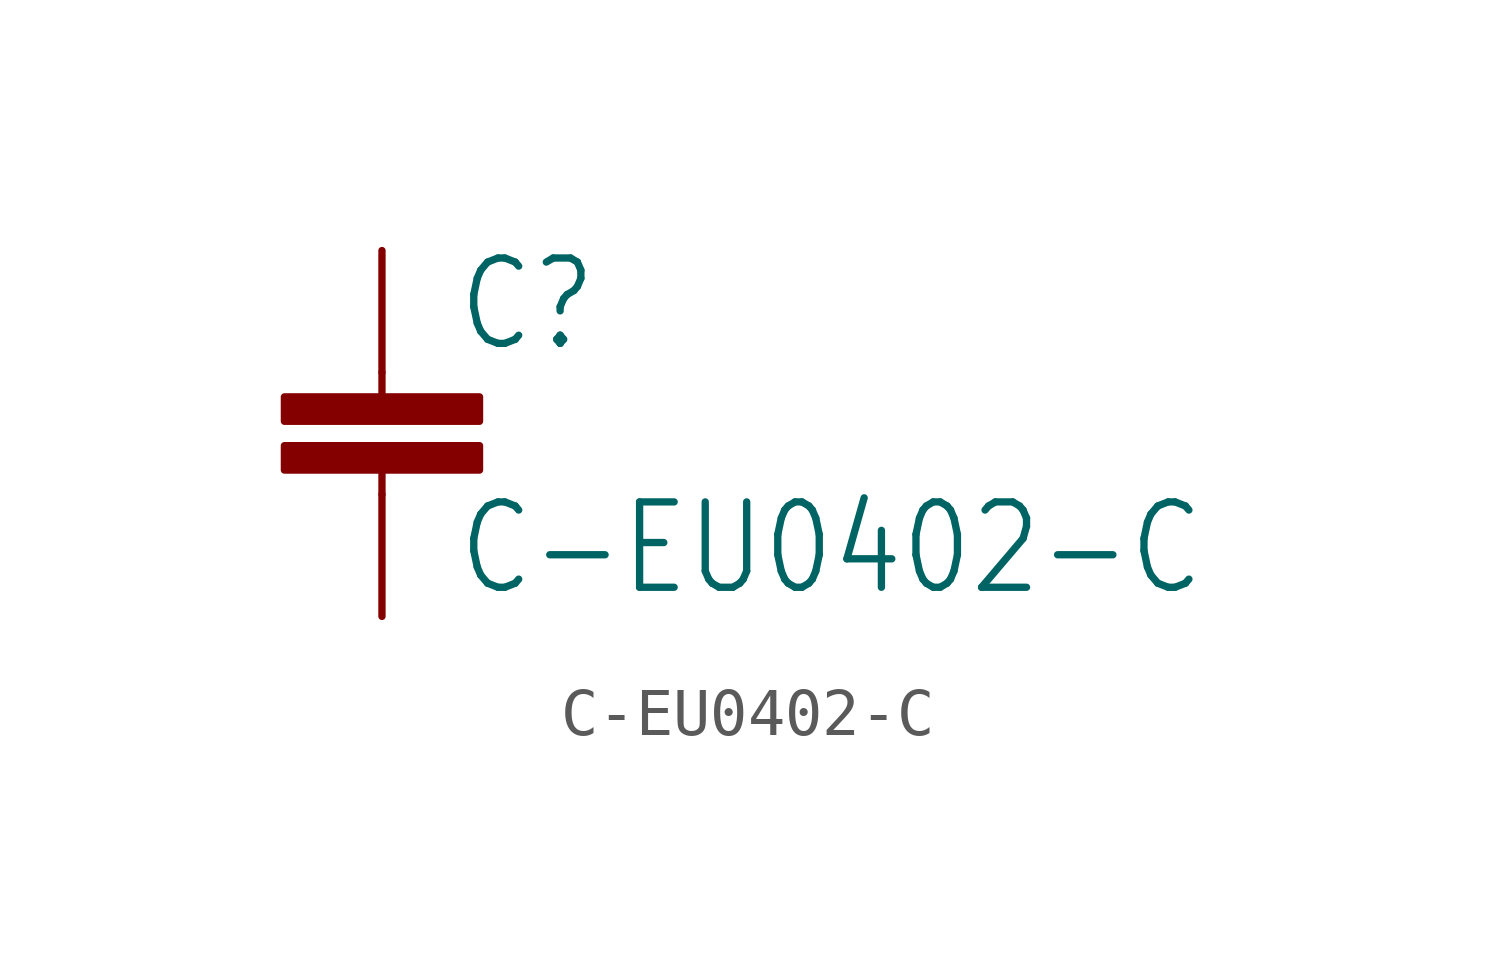
<source format=kicad_sym>
(kicad_symbol_lib
  (version 20201005)
  (generator kicad_symbol_editor)
  (symbol "pirt:C-EU0402-C"
    (property "Reference" "C"
      (at 1.524 0.381 0)
      (effects (font (size 1.778 1.511)) (justify left bottom)))
    (property "Value" "C-EU0402-C"
      (at 1.524 -4.699 0)
      (effects (font (size 1.778 1.511)) (justify left bottom)))
    (property "ki_locked" ""
      (at 0 0 0)
      (effects (font (size 1.27 1.27))))
    (symbol "C-EU0402-C_1_0"
      (rectangle (start -2.032 -2.032) (end 2.032 -1.524) (stroke (width 0)) (fill (type outline)))
      (rectangle (start -2.032 -1.016) (end 2.032 -0.508) (stroke (width 0)) (fill (type outline)))
      (polyline (pts (xy 0 -2.54) (xy 0 -2.032)) (stroke (width 0.152)) (fill (type none)))
      (polyline (pts (xy 0 0) (xy 0 -0.508)) (stroke (width 0.152)) (fill (type none)))
      (pin passive line (at 0 2.54 270) (length 2.54) (name "1" (effects (font (size 0 0)))) (number "1" (effects (font (size 0 0)))))
      (pin passive line (at 0 -5.08 90) (length 2.54) (name "2" (effects (font (size 0 0)))) (number "2" (effects (font (size 0 0))))))))
</source>
